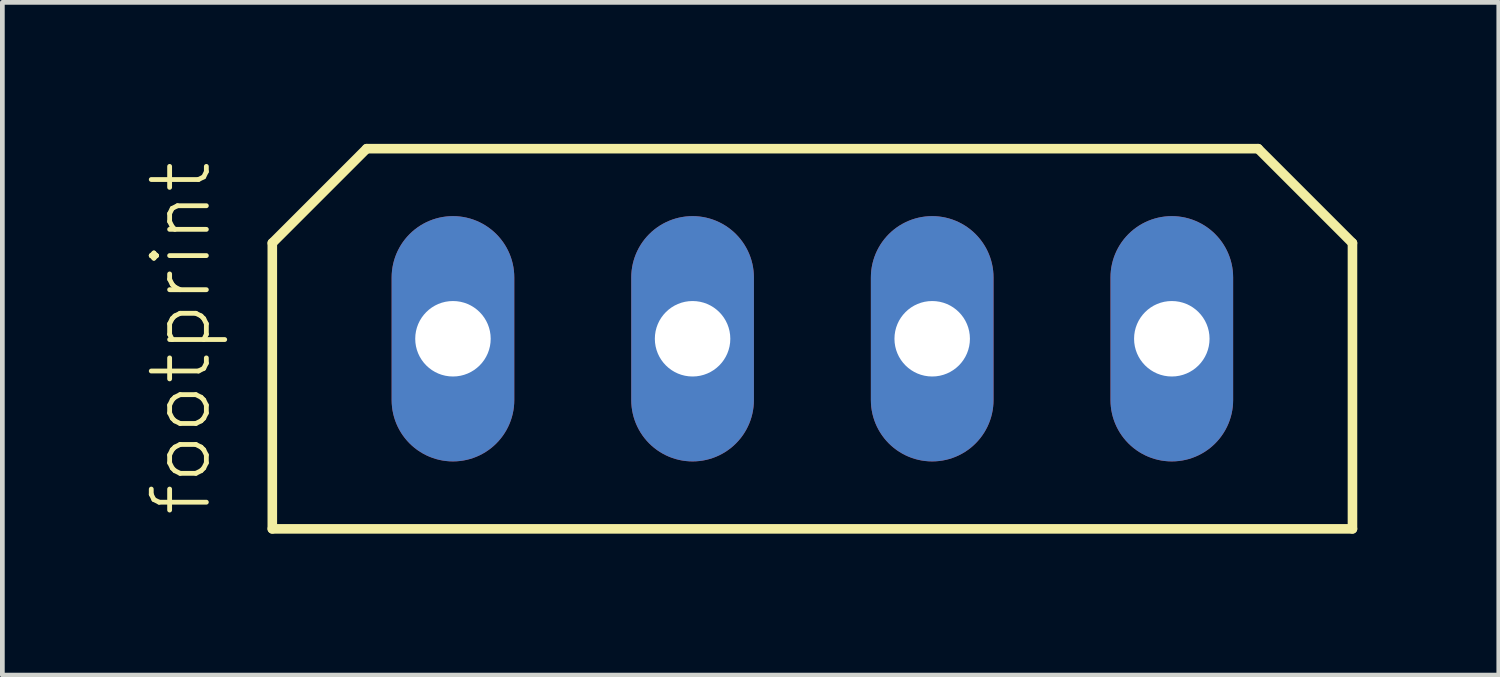
<source format=kicad_pcb>
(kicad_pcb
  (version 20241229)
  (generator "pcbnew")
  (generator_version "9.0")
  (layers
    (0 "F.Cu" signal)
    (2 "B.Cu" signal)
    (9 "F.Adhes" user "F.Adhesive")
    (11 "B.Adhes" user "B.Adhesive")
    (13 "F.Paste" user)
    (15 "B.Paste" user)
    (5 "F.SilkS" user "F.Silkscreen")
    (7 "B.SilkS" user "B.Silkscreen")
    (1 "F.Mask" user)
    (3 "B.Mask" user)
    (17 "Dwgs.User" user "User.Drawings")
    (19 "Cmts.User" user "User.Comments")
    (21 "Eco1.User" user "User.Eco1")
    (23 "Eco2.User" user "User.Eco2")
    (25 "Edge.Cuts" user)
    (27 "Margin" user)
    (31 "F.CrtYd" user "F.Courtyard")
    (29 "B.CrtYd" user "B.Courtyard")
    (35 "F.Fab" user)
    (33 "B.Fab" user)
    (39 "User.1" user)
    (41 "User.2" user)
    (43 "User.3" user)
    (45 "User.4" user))
  (footprint "footprint"
    (layer "F.Cu")
    (at 14.173 4.132)
    (property "Reference" "footprint" (at -12.7 3.81 90) (layer "F.SilkS") (effects (font (size 1.168 1.168) (thickness 0.102)) (justify left bottom)))
    (fp_line (start -11.45 -2.03) (end -9.45 -4.03) (stroke (width 0.203) (type solid)) (layer "F.SilkS"))
    (fp_line (start -11.45 4.03) (end -11.45 -2.03) (stroke (width 0.203) (type solid)) (layer "F.SilkS"))
    (fp_line (start -9.45 -4.03) (end 9.45 -4.03) (stroke (width 0.203) (type solid)) (layer "F.SilkS"))
    (fp_line (start 9.45 -4.03) (end 11.45 -2.03) (stroke (width 0.203) (type solid)) (layer "F.SilkS"))
    (fp_line (start 11.45 -2.03) (end 11.45 4.03) (stroke (width 0.203) (type solid)) (layer "F.SilkS"))
    (fp_line (start 11.45 4.03) (end -11.45 4.03) (stroke (width 0.203) (type solid)) (layer "F.SilkS"))
    (pad "1" thru_hole oval (at -7.62 0 90) (size 5.2 2.6) (drill 1.6) (layers "*.Cu" "*.Mask"))
    (pad "2" thru_hole oval (at -2.54 0 90) (size 5.2 2.6) (drill 1.6) (layers "*.Cu" "*.Mask"))
    (pad "3" thru_hole oval (at 2.54 0 90) (size 5.2 2.6) (drill 1.6) (layers "*.Cu" "*.Mask"))
    (pad "4" thru_hole oval (at 7.62 0 90) (size 5.2 2.6) (drill 1.6) (layers "*.Cu" "*.Mask")))
  (gr_rect
    (start -3 -3)
    (end 28.725 11.263)
    (stroke (width 0.1) (type default))
    (fill no)
    (layer "Edge.Cuts")))
</source>
